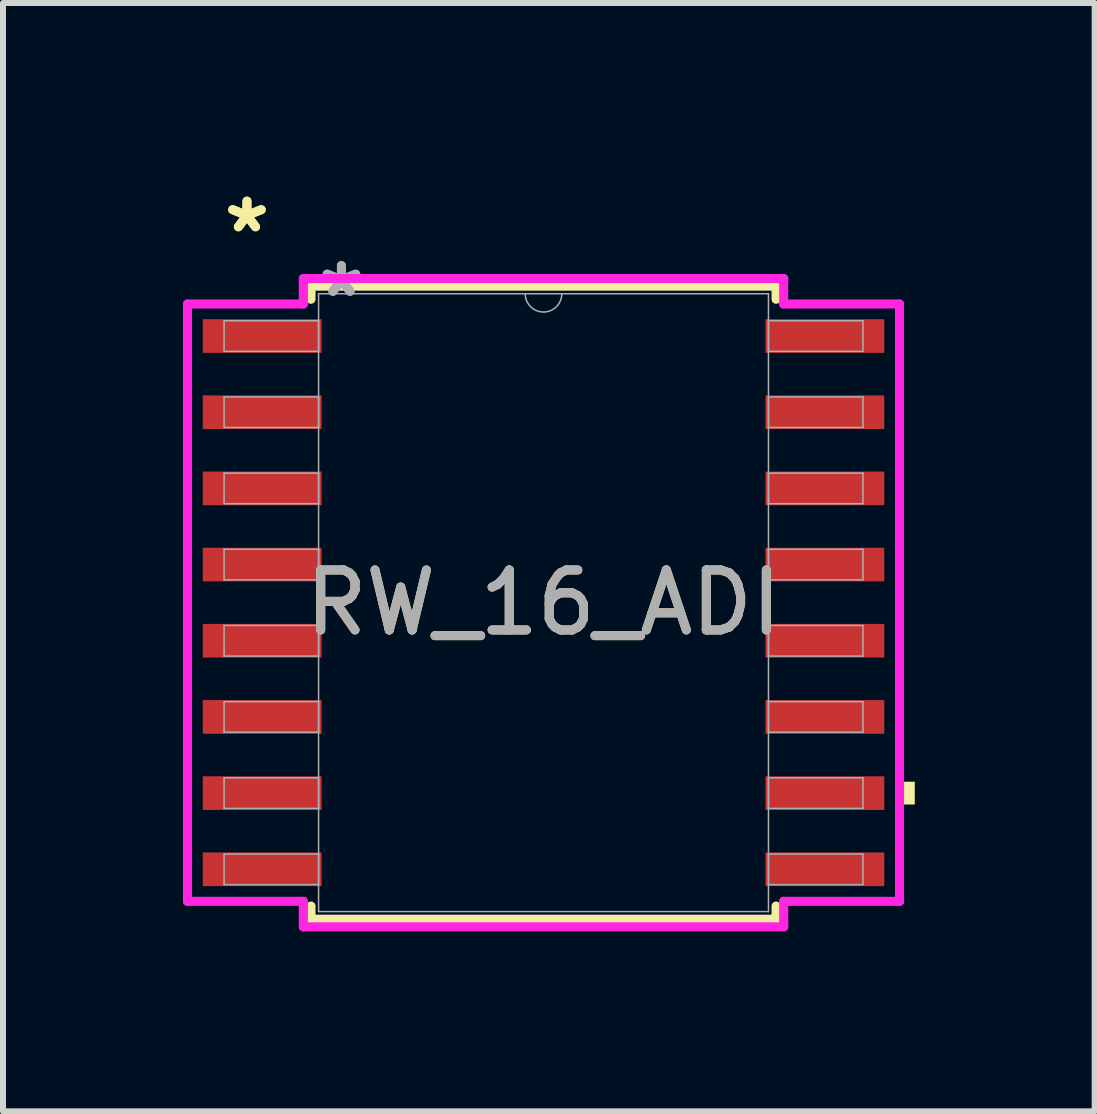
<source format=kicad_pcb>
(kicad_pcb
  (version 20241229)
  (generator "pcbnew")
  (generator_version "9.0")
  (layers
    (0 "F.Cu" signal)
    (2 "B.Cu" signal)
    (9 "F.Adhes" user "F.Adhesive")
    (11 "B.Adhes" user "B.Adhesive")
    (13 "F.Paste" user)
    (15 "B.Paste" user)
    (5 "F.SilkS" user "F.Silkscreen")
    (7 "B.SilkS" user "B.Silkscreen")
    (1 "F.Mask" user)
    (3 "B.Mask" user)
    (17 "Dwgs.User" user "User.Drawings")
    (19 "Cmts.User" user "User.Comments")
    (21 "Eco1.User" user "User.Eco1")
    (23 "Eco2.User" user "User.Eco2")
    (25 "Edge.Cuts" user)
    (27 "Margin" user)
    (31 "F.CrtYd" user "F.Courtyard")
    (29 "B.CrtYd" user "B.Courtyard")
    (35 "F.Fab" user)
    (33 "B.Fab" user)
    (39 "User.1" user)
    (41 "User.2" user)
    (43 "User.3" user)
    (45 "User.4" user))
  (footprint "RW_16_ADI"
    (layer "F.Cu")
    (at 6.011 6.997)
    (property "Reference" "RW_16_ADI" (at 0 0 0) (unlocked yes) (layer "F.SilkS") (effects (font (size 1 1) (thickness 0.15))))
    (attr smd)
    (fp_line (start -3.877 -5.277) (end -3.877 -5.058) (stroke (width 0.152) (type solid)) (layer "F.SilkS"))
    (fp_line (start -3.877 5.058) (end -3.877 5.277) (stroke (width 0.152) (type solid)) (layer "F.SilkS"))
    (fp_line (start -3.877 5.277) (end 3.877 5.277) (stroke (width 0.152) (type solid)) (layer "F.SilkS"))
    (fp_line (start 3.877 -5.277) (end -3.877 -5.277) (stroke (width 0.152) (type solid)) (layer "F.SilkS"))
    (fp_line (start 3.877 -5.058) (end 3.877 -5.277) (stroke (width 0.152) (type solid)) (layer "F.SilkS"))
    (fp_line (start 3.877 5.277) (end 3.877 5.058) (stroke (width 0.152) (type solid)) (layer "F.SilkS"))
    (fp_poly (pts (xy 6.189 2.985) (xy 6.189 3.365) (xy 5.935 3.365) (xy 5.935 2.985)) (stroke (width 0) (type solid)) (fill yes) (layer "F.SilkS"))
    (fp_line (start -5.935 -4.979) (end -4.004 -4.979) (stroke (width 0.152) (type solid)) (layer "F.CrtYd"))
    (fp_line (start -5.935 4.979) (end -5.935 -4.979) (stroke (width 0.152) (type solid)) (layer "F.CrtYd"))
    (fp_line (start -5.935 4.979) (end -4.004 4.979) (stroke (width 0.152) (type solid)) (layer "F.CrtYd"))
    (fp_line (start -4.004 -5.404) (end 4.004 -5.404) (stroke (width 0.152) (type solid)) (layer "F.CrtYd"))
    (fp_line (start -4.004 -4.979) (end -4.004 -5.404) (stroke (width 0.152) (type solid)) (layer "F.CrtYd"))
    (fp_line (start -4.004 5.404) (end -4.004 4.979) (stroke (width 0.152) (type solid)) (layer "F.CrtYd"))
    (fp_line (start 4.004 -5.404) (end 4.004 -4.979) (stroke (width 0.152) (type solid)) (layer "F.CrtYd"))
    (fp_line (start 4.004 4.979) (end 4.004 5.404) (stroke (width 0.152) (type solid)) (layer "F.CrtYd"))
    (fp_line (start 4.004 5.404) (end -4.004 5.404) (stroke (width 0.152) (type solid)) (layer "F.CrtYd"))
    (fp_line (start 5.935 -4.979) (end 4.004 -4.979) (stroke (width 0.152) (type solid)) (layer "F.CrtYd"))
    (fp_line (start 5.935 -4.979) (end 5.935 4.979) (stroke (width 0.152) (type solid)) (layer "F.CrtYd"))
    (fp_line (start 5.935 4.979) (end 4.004 4.979) (stroke (width 0.152) (type solid)) (layer "F.CrtYd"))
    (fp_line (start -5.325 -4.7) (end -5.325 -4.19) (stroke (width 0.025) (type solid)) (layer "F.Fab"))
    (fp_line (start -5.325 -4.19) (end -3.75 -4.19) (stroke (width 0.025) (type solid)) (layer "F.Fab"))
    (fp_line (start -5.325 -3.43) (end -5.325 -2.92) (stroke (width 0.025) (type solid)) (layer "F.Fab"))
    (fp_line (start -5.325 -2.92) (end -3.75 -2.92) (stroke (width 0.025) (type solid)) (layer "F.Fab"))
    (fp_line (start -5.325 -2.16) (end -5.325 -1.65) (stroke (width 0.025) (type solid)) (layer "F.Fab"))
    (fp_line (start -5.325 -1.65) (end -3.75 -1.65) (stroke (width 0.025) (type solid)) (layer "F.Fab"))
    (fp_line (start -5.325 -0.89) (end -5.325 -0.38) (stroke (width 0.025) (type solid)) (layer "F.Fab"))
    (fp_line (start -5.325 -0.38) (end -3.75 -0.38) (stroke (width 0.025) (type solid)) (layer "F.Fab"))
    (fp_line (start -5.325 0.38) (end -5.325 0.89) (stroke (width 0.025) (type solid)) (layer "F.Fab"))
    (fp_line (start -5.325 0.89) (end -3.75 0.89) (stroke (width 0.025) (type solid)) (layer "F.Fab"))
    (fp_line (start -5.325 1.65) (end -5.325 2.16) (stroke (width 0.025) (type solid)) (layer "F.Fab"))
    (fp_line (start -5.325 2.16) (end -3.75 2.16) (stroke (width 0.025) (type solid)) (layer "F.Fab"))
    (fp_line (start -5.325 2.92) (end -5.325 3.43) (stroke (width 0.025) (type solid)) (layer "F.Fab"))
    (fp_line (start -5.325 3.43) (end -3.75 3.43) (stroke (width 0.025) (type solid)) (layer "F.Fab"))
    (fp_line (start -5.325 4.19) (end -5.325 4.7) (stroke (width 0.025) (type solid)) (layer "F.Fab"))
    (fp_line (start -5.325 4.7) (end -3.75 4.7) (stroke (width 0.025) (type solid)) (layer "F.Fab"))
    (fp_line (start -3.75 -5.15) (end -3.75 5.15) (stroke (width 0.025) (type solid)) (layer "F.Fab"))
    (fp_line (start -3.75 -4.7) (end -5.325 -4.7) (stroke (width 0.025) (type solid)) (layer "F.Fab"))
    (fp_line (start -3.75 -4.19) (end -3.75 -4.7) (stroke (width 0.025) (type solid)) (layer "F.Fab"))
    (fp_line (start -3.75 -3.43) (end -5.325 -3.43) (stroke (width 0.025) (type solid)) (layer "F.Fab"))
    (fp_line (start -3.75 -2.92) (end -3.75 -3.43) (stroke (width 0.025) (type solid)) (layer "F.Fab"))
    (fp_line (start -3.75 -2.16) (end -5.325 -2.16) (stroke (width 0.025) (type solid)) (layer "F.Fab"))
    (fp_line (start -3.75 -1.65) (end -3.75 -2.16) (stroke (width 0.025) (type solid)) (layer "F.Fab"))
    (fp_line (start -3.75 -0.89) (end -5.325 -0.89) (stroke (width 0.025) (type solid)) (layer "F.Fab"))
    (fp_line (start -3.75 -0.38) (end -3.75 -0.89) (stroke (width 0.025) (type solid)) (layer "F.Fab"))
    (fp_line (start -3.75 0.38) (end -5.325 0.38) (stroke (width 0.025) (type solid)) (layer "F.Fab"))
    (fp_line (start -3.75 0.89) (end -3.75 0.38) (stroke (width 0.025) (type solid)) (layer "F.Fab"))
    (fp_line (start -3.75 1.65) (end -5.325 1.65) (stroke (width 0.025) (type solid)) (layer "F.Fab"))
    (fp_line (start -3.75 2.16) (end -3.75 1.65) (stroke (width 0.025) (type solid)) (layer "F.Fab"))
    (fp_line (start -3.75 2.92) (end -5.325 2.92) (stroke (width 0.025) (type solid)) (layer "F.Fab"))
    (fp_line (start -3.75 3.43) (end -3.75 2.92) (stroke (width 0.025) (type solid)) (layer "F.Fab"))
    (fp_line (start -3.75 4.19) (end -5.325 4.19) (stroke (width 0.025) (type solid)) (layer "F.Fab"))
    (fp_line (start -3.75 4.7) (end -3.75 4.19) (stroke (width 0.025) (type solid)) (layer "F.Fab"))
    (fp_line (start -3.75 5.15) (end 3.75 5.15) (stroke (width 0.025) (type solid)) (layer "F.Fab"))
    (fp_line (start 3.75 -5.15) (end -3.75 -5.15) (stroke (width 0.025) (type solid)) (layer "F.Fab"))
    (fp_line (start 3.75 -4.7) (end 3.75 -4.19) (stroke (width 0.025) (type solid)) (layer "F.Fab"))
    (fp_line (start 3.75 -4.19) (end 5.325 -4.19) (stroke (width 0.025) (type solid)) (layer "F.Fab"))
    (fp_line (start 3.75 -3.43) (end 3.75 -2.92) (stroke (width 0.025) (type solid)) (layer "F.Fab"))
    (fp_line (start 3.75 -2.92) (end 5.325 -2.92) (stroke (width 0.025) (type solid)) (layer "F.Fab"))
    (fp_line (start 3.75 -2.16) (end 3.75 -1.65) (stroke (width 0.025) (type solid)) (layer "F.Fab"))
    (fp_line (start 3.75 -1.65) (end 5.325 -1.65) (stroke (width 0.025) (type solid)) (layer "F.Fab"))
    (fp_line (start 3.75 -0.89) (end 3.75 -0.38) (stroke (width 0.025) (type solid)) (layer "F.Fab"))
    (fp_line (start 3.75 -0.38) (end 5.325 -0.38) (stroke (width 0.025) (type solid)) (layer "F.Fab"))
    (fp_line (start 3.75 0.38) (end 3.75 0.89) (stroke (width 0.025) (type solid)) (layer "F.Fab"))
    (fp_line (start 3.75 0.89) (end 5.325 0.89) (stroke (width 0.025) (type solid)) (layer "F.Fab"))
    (fp_line (start 3.75 1.65) (end 3.75 2.16) (stroke (width 0.025) (type solid)) (layer "F.Fab"))
    (fp_line (start 3.75 2.16) (end 5.325 2.16) (stroke (width 0.025) (type solid)) (layer "F.Fab"))
    (fp_line (start 3.75 2.92) (end 3.75 3.43) (stroke (width 0.025) (type solid)) (layer "F.Fab"))
    (fp_line (start 3.75 3.43) (end 5.325 3.43) (stroke (width 0.025) (type solid)) (layer "F.Fab"))
    (fp_line (start 3.75 4.19) (end 3.75 4.7) (stroke (width 0.025) (type solid)) (layer "F.Fab"))
    (fp_line (start 3.75 4.7) (end 5.325 4.7) (stroke (width 0.025) (type solid)) (layer "F.Fab"))
    (fp_line (start 3.75 5.15) (end 3.75 -5.15) (stroke (width 0.025) (type solid)) (layer "F.Fab"))
    (fp_line (start 5.325 -4.7) (end 3.75 -4.7) (stroke (width 0.025) (type solid)) (layer "F.Fab"))
    (fp_line (start 5.325 -4.19) (end 5.325 -4.7) (stroke (width 0.025) (type solid)) (layer "F.Fab"))
    (fp_line (start 5.325 -3.43) (end 3.75 -3.43) (stroke (width 0.025) (type solid)) (layer "F.Fab"))
    (fp_line (start 5.325 -2.92) (end 5.325 -3.43) (stroke (width 0.025) (type solid)) (layer "F.Fab"))
    (fp_line (start 5.325 -2.16) (end 3.75 -2.16) (stroke (width 0.025) (type solid)) (layer "F.Fab"))
    (fp_line (start 5.325 -1.65) (end 5.325 -2.16) (stroke (width 0.025) (type solid)) (layer "F.Fab"))
    (fp_line (start 5.325 -0.89) (end 3.75 -0.89) (stroke (width 0.025) (type solid)) (layer "F.Fab"))
    (fp_line (start 5.325 -0.38) (end 5.325 -0.89) (stroke (width 0.025) (type solid)) (layer "F.Fab"))
    (fp_line (start 5.325 0.38) (end 3.75 0.38) (stroke (width 0.025) (type solid)) (layer "F.Fab"))
    (fp_line (start 5.325 0.89) (end 5.325 0.38) (stroke (width 0.025) (type solid)) (layer "F.Fab"))
    (fp_line (start 5.325 1.65) (end 3.75 1.65) (stroke (width 0.025) (type solid)) (layer "F.Fab"))
    (fp_line (start 5.325 2.16) (end 5.325 1.65) (stroke (width 0.025) (type solid)) (layer "F.Fab"))
    (fp_line (start 5.325 2.92) (end 3.75 2.92) (stroke (width 0.025) (type solid)) (layer "F.Fab"))
    (fp_line (start 5.325 3.43) (end 5.325 2.92) (stroke (width 0.025) (type solid)) (layer "F.Fab"))
    (fp_line (start 5.325 4.19) (end 3.75 4.19) (stroke (width 0.025) (type solid)) (layer "F.Fab"))
    (fp_line (start 5.325 4.7) (end 5.325 4.19) (stroke (width 0.025) (type solid)) (layer "F.Fab"))
    (fp_arc (start 0.3048 -5.15) (mid 0 -4.8452) (end -0.3048 -5.15) (stroke (width 0.0254) (type solid)) (layer "F.Fab"))
    (fp_text user "*" (at -4.944 -6.149 0) (layer "F.SilkS") (effects (font (size 1 1) (thickness 0.15))))
    (fp_text user "*" (at -4.944 -6.149 0) (unlocked yes) (layer "F.SilkS") (effects (font (size 1 1) (thickness 0.15))))
    (fp_text user "*" (at -3.369 -5.074 0) (unlocked yes) (layer "F.Fab") (effects (font (size 1 1) (thickness 0.15))))
    (fp_text user "*" (at -3.369 -5.074 0) (layer "F.Fab") (effects (font (size 1 1) (thickness 0.15))))
    (fp_text user "${REFERENCE}" (at 0 0 0) (unlocked yes) (layer "F.Fab") (effects (font (size 1 1) (thickness 0.15))))
    (pad "1" smd rect (at -4.69 -4.445) (size 1.981 0.561) (layers "F.Cu" "F.Mask" "F.Paste"))
    (pad "2" smd rect (at -4.69 -3.175) (size 1.981 0.561) (layers "F.Cu" "F.Mask" "F.Paste"))
    (pad "3" smd rect (at -4.69 -1.905) (size 1.981 0.561) (layers "F.Cu" "F.Mask" "F.Paste"))
    (pad "4" smd rect (at -4.69 -0.635) (size 1.981 0.561) (layers "F.Cu" "F.Mask" "F.Paste"))
    (pad "5" smd rect (at -4.69 0.635) (size 1.981 0.561) (layers "F.Cu" "F.Mask" "F.Paste"))
    (pad "6" smd rect (at -4.69 1.905) (size 1.981 0.561) (layers "F.Cu" "F.Mask" "F.Paste"))
    (pad "7" smd rect (at -4.69 3.175) (size 1.981 0.561) (layers "F.Cu" "F.Mask" "F.Paste"))
    (pad "8" smd rect (at -4.69 4.445) (size 1.981 0.561) (layers "F.Cu" "F.Mask" "F.Paste"))
    (pad "9" smd rect (at 4.69 4.445) (size 1.981 0.561) (layers "F.Cu" "F.Mask" "F.Paste"))
    (pad "10" smd rect (at 4.69 3.175) (size 1.981 0.561) (layers "F.Cu" "F.Mask" "F.Paste"))
    (pad "11" smd rect (at 4.69 1.905) (size 1.981 0.561) (layers "F.Cu" "F.Mask" "F.Paste"))
    (pad "12" smd rect (at 4.69 0.635) (size 1.981 0.561) (layers "F.Cu" "F.Mask" "F.Paste"))
    (pad "13" smd rect (at 4.69 -0.635) (size 1.981 0.561) (layers "F.Cu" "F.Mask" "F.Paste"))
    (pad "14" smd rect (at 4.69 -1.905) (size 1.981 0.561) (layers "F.Cu" "F.Mask" "F.Paste"))
    (pad "15" smd rect (at 4.69 -3.175) (size 1.981 0.561) (layers "F.Cu" "F.Mask" "F.Paste"))
    (pad "16" smd rect (at 4.69 -4.445) (size 1.981 0.561) (layers "F.Cu" "F.Mask" "F.Paste")))
  (gr_rect
    (start -3 -3)
    (end 15.199 15.477)
    (stroke (width 0.1) (type default))
    (fill no)
    (layer "Edge.Cuts")))
</source>
